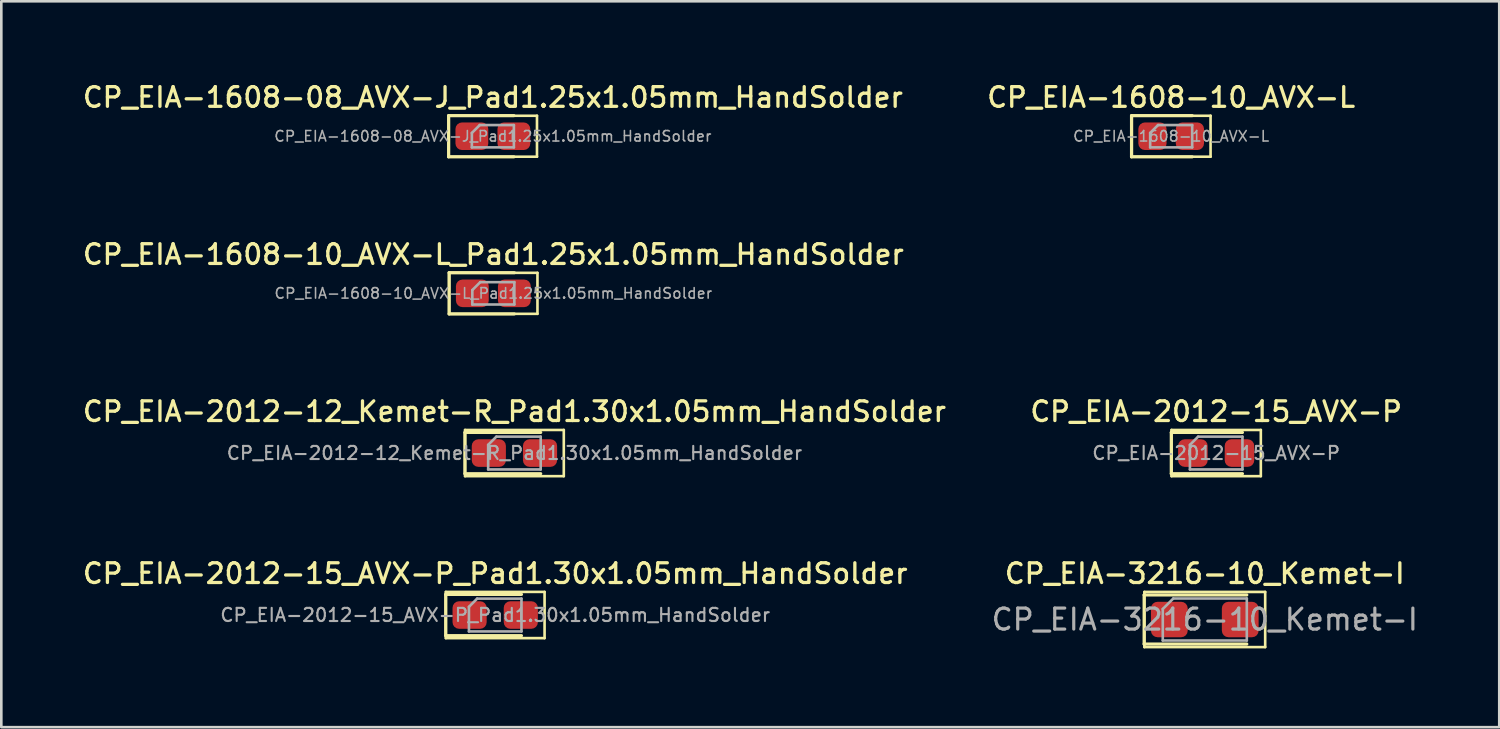
<source format=kicad_pcb>
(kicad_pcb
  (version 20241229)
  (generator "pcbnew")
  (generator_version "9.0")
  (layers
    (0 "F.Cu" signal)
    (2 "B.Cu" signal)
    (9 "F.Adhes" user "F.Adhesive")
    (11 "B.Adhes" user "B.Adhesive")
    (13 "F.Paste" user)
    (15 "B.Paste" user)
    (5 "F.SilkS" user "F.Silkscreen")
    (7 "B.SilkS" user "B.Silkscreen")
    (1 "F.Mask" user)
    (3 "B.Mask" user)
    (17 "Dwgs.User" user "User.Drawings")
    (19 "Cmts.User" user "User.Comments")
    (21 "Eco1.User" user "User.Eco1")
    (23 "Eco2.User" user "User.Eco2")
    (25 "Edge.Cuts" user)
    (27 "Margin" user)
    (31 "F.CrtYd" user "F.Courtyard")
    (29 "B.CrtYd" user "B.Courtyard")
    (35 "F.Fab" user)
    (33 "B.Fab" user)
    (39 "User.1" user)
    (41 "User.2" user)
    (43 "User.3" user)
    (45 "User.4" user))
  (footprint "CP_EIA-1608-10_AVX-L_Pad1.25x1.05mm_HandSolder"
    (layer "F.Cu")
    (at 15.738 8.121)
    (property "Reference" "CP_EIA-1608-10_AVX-L_Pad1.25x1.05mm_HandSolder" (at 0 -1.48 0) (layer "F.SilkS") (effects (font (size 0.75 0.75) (thickness 0.125))))
    (attr smd)
    (fp_line (start -1.685 -0.785) (end -1.685 0.785) (stroke (width 0.12) (type solid)) (layer "F.SilkS"))
    (fp_line (start -1.685 0.785) (end 0.8 0.785) (stroke (width 0.12) (type solid)) (layer "F.SilkS"))
    (fp_line (start -1.68 -0.78) (end 1.68 -0.78) (stroke (width 0.1) (type solid)) (layer "F.SilkS"))
    (fp_line (start -1.68 0.78) (end -1.68 -0.78) (stroke (width 0.1) (type solid)) (layer "F.SilkS"))
    (fp_line (start 0.8 -0.785) (end -1.685 -0.785) (stroke (width 0.12) (type solid)) (layer "F.SilkS"))
    (fp_line (start 1.68 -0.78) (end 1.68 0.78) (stroke (width 0.1) (type solid)) (layer "F.SilkS"))
    (fp_line (start 1.68 0.78) (end -1.68 0.78) (stroke (width 0.1) (type solid)) (layer "F.SilkS"))
    (fp_line (start -0.8 -0.125) (end -0.8 0.425) (stroke (width 0.1) (type solid)) (layer "F.Fab"))
    (fp_line (start -0.8 0.425) (end 0.8 0.425) (stroke (width 0.1) (type solid)) (layer "F.Fab"))
    (fp_line (start -0.5 -0.425) (end -0.8 -0.125) (stroke (width 0.1) (type solid)) (layer "F.Fab"))
    (fp_line (start 0.8 -0.425) (end -0.5 -0.425) (stroke (width 0.1) (type solid)) (layer "F.Fab"))
    (fp_line (start 0.8 0.425) (end 0.8 -0.425) (stroke (width 0.1) (type solid)) (layer "F.Fab"))
    (fp_text user "${REFERENCE}" (at 0 0 0) (layer "F.Fab") (effects (font (size 0.4 0.4) (thickness 0.06))))
    (pad "1" smd roundrect (at -0.8 0) (size 1.25 1.05) (layers "F.Cu" "F.Mask" "F.Paste") (roundrect_rratio 0.238))
    (pad "2" smd roundrect (at 0.8 0) (size 1.25 1.05) (layers "F.Cu" "F.Mask" "F.Paste") (roundrect_rratio 0.238)))
  (footprint "CP_EIA-1608-10_AVX-L"
    (layer "F.Cu")
    (at 41.552 2.138)
    (property "Reference" "CP_EIA-1608-10_AVX-L" (at 0 -1.48 0) (layer "F.SilkS") (effects (font (size 0.75 0.75) (thickness 0.125))))
    (attr smd)
    (fp_line (start -1.51 -0.785) (end -1.51 0.785) (stroke (width 0.12) (type solid)) (layer "F.SilkS"))
    (fp_line (start -1.51 0.785) (end 0.8 0.785) (stroke (width 0.12) (type solid)) (layer "F.SilkS"))
    (fp_line (start -1.5 -0.78) (end 1.5 -0.78) (stroke (width 0.1) (type solid)) (layer "F.SilkS"))
    (fp_line (start -1.5 0.78) (end -1.5 -0.78) (stroke (width 0.1) (type solid)) (layer "F.SilkS"))
    (fp_line (start 0.8 -0.785) (end -1.51 -0.785) (stroke (width 0.12) (type solid)) (layer "F.SilkS"))
    (fp_line (start 1.5 -0.78) (end 1.5 0.78) (stroke (width 0.1) (type solid)) (layer "F.SilkS"))
    (fp_line (start 1.5 0.78) (end -1.5 0.78) (stroke (width 0.1) (type solid)) (layer "F.SilkS"))
    (fp_line (start -0.8 -0.125) (end -0.8 0.425) (stroke (width 0.1) (type solid)) (layer "F.Fab"))
    (fp_line (start -0.8 0.425) (end 0.8 0.425) (stroke (width 0.1) (type solid)) (layer "F.Fab"))
    (fp_line (start -0.5 -0.425) (end -0.8 -0.125) (stroke (width 0.1) (type solid)) (layer "F.Fab"))
    (fp_line (start 0.8 -0.425) (end -0.5 -0.425) (stroke (width 0.1) (type solid)) (layer "F.Fab"))
    (fp_line (start 0.8 0.425) (end 0.8 -0.425) (stroke (width 0.1) (type solid)) (layer "F.Fab"))
    (fp_text user "${REFERENCE}" (at 0 0 0) (layer "F.Fab") (effects (font (size 0.4 0.4) (thickness 0.06))))
    (pad "1" smd roundrect (at -0.713 0) (size 1.075 1.05) (layers "F.Cu" "F.Mask" "F.Paste") (roundrect_rratio 0.238))
    (pad "2" smd roundrect (at 0.713 0) (size 1.075 1.05) (layers "F.Cu" "F.Mask" "F.Paste") (roundrect_rratio 0.238)))
  (footprint "CP_EIA-2012-15_AVX-P_Pad1.30x1.05mm_HandSolder"
    (layer "F.Cu")
    (at 15.809 20.372)
    (property "Reference" "CP_EIA-2012-15_AVX-P_Pad1.30x1.05mm_HandSolder" (at 0 -1.58 0) (layer "F.SilkS") (effects (font (size 0.75 0.75) (thickness 0.125))))
    (attr smd)
    (fp_line (start -1.885 -0.785) (end -1.885 0.785) (stroke (width 0.12) (type solid)) (layer "F.SilkS"))
    (fp_line (start -1.885 0.785) (end 1 0.785) (stroke (width 0.12) (type solid)) (layer "F.SilkS"))
    (fp_line (start -1.88 -0.88) (end 1.88 -0.88) (stroke (width 0.1) (type solid)) (layer "F.SilkS"))
    (fp_line (start -1.88 0.88) (end -1.88 -0.88) (stroke (width 0.1) (type solid)) (layer "F.SilkS"))
    (fp_line (start 1 -0.785) (end -1.885 -0.785) (stroke (width 0.12) (type solid)) (layer "F.SilkS"))
    (fp_line (start 1.88 -0.88) (end 1.88 0.88) (stroke (width 0.1) (type solid)) (layer "F.SilkS"))
    (fp_line (start 1.88 0.88) (end -1.88 0.88) (stroke (width 0.1) (type solid)) (layer "F.SilkS"))
    (fp_line (start -1 -0.312) (end -1 0.625) (stroke (width 0.1) (type solid)) (layer "F.Fab"))
    (fp_line (start -1 0.625) (end 1 0.625) (stroke (width 0.1) (type solid)) (layer "F.Fab"))
    (fp_line (start -0.688 -0.625) (end -1 -0.312) (stroke (width 0.1) (type solid)) (layer "F.Fab"))
    (fp_line (start 1 -0.625) (end -0.688 -0.625) (stroke (width 0.1) (type solid)) (layer "F.Fab"))
    (fp_line (start 1 0.625) (end 1 -0.625) (stroke (width 0.1) (type solid)) (layer "F.Fab"))
    (fp_text user "${REFERENCE}" (at 0 0 0) (layer "F.Fab") (effects (font (size 0.5 0.5) (thickness 0.08))))
    (pad "1" smd roundrect (at -0.975 0) (size 1.3 1.05) (layers "F.Cu" "F.Mask" "F.Paste") (roundrect_rratio 0.238))
    (pad "2" smd roundrect (at 0.975 0) (size 1.3 1.05) (layers "F.Cu" "F.Mask" "F.Paste") (roundrect_rratio 0.238)))
  (footprint "CP_EIA-2012-12_Kemet-R_Pad1.30x1.05mm_HandSolder"
    (layer "F.Cu")
    (at 16.541 14.204)
    (property "Reference" "CP_EIA-2012-12_Kemet-R_Pad1.30x1.05mm_HandSolder" (at 0 -1.58 0) (layer "F.SilkS") (effects (font (size 0.75 0.75) (thickness 0.125))))
    (attr smd)
    (fp_line (start -1.885 -0.785) (end -1.885 0.785) (stroke (width 0.12) (type solid)) (layer "F.SilkS"))
    (fp_line (start -1.885 0.785) (end 1 0.785) (stroke (width 0.12) (type solid)) (layer "F.SilkS"))
    (fp_line (start -1.88 -0.88) (end 1.88 -0.88) (stroke (width 0.1) (type solid)) (layer "F.SilkS"))
    (fp_line (start -1.88 0.88) (end -1.88 -0.88) (stroke (width 0.1) (type solid)) (layer "F.SilkS"))
    (fp_line (start 1 -0.785) (end -1.885 -0.785) (stroke (width 0.12) (type solid)) (layer "F.SilkS"))
    (fp_line (start 1.88 -0.88) (end 1.88 0.88) (stroke (width 0.1) (type solid)) (layer "F.SilkS"))
    (fp_line (start 1.88 0.88) (end -1.88 0.88) (stroke (width 0.1) (type solid)) (layer "F.SilkS"))
    (fp_line (start -1 -0.312) (end -1 0.625) (stroke (width 0.1) (type solid)) (layer "F.Fab"))
    (fp_line (start -1 0.625) (end 1 0.625) (stroke (width 0.1) (type solid)) (layer "F.Fab"))
    (fp_line (start -0.688 -0.625) (end -1 -0.312) (stroke (width 0.1) (type solid)) (layer "F.Fab"))
    (fp_line (start 1 -0.625) (end -0.688 -0.625) (stroke (width 0.1) (type solid)) (layer "F.Fab"))
    (fp_line (start 1 0.625) (end 1 -0.625) (stroke (width 0.1) (type solid)) (layer "F.Fab"))
    (fp_text user "${REFERENCE}" (at 0 0 0) (layer "F.Fab") (effects (font (size 0.5 0.5) (thickness 0.08))))
    (pad "1" smd roundrect (at -0.975 0) (size 1.3 1.05) (layers "F.Cu" "F.Mask" "F.Paste") (roundrect_rratio 0.238))
    (pad "2" smd roundrect (at 0.975 0) (size 1.3 1.05) (layers "F.Cu" "F.Mask" "F.Paste") (roundrect_rratio 0.238)))
  (footprint "CP_EIA-3216-10_Kemet-I"
    (layer "F.Cu")
    (at 42.832 20.543)
    (property "Reference" "CP_EIA-3216-10_Kemet-I" (at 0 -1.75 0) (layer "F.SilkS") (effects (font (size 0.75 0.75) (thickness 0.125))))
    (attr smd)
    (fp_line (start -2.31 -0.935) (end -2.31 0.935) (stroke (width 0.12) (type solid)) (layer "F.SilkS"))
    (fp_line (start -2.31 0.935) (end 1.6 0.935) (stroke (width 0.12) (type solid)) (layer "F.SilkS"))
    (fp_line (start -2.3 -1.05) (end 2.3 -1.05) (stroke (width 0.1) (type solid)) (layer "F.SilkS"))
    (fp_line (start -2.3 1.05) (end -2.3 -1.05) (stroke (width 0.1) (type solid)) (layer "F.SilkS"))
    (fp_line (start 1.6 -0.935) (end -2.31 -0.935) (stroke (width 0.12) (type solid)) (layer "F.SilkS"))
    (fp_line (start 2.3 -1.05) (end 2.3 1.05) (stroke (width 0.1) (type solid)) (layer "F.SilkS"))
    (fp_line (start 2.3 1.05) (end -2.3 1.05) (stroke (width 0.1) (type solid)) (layer "F.SilkS"))
    (fp_line (start -1.6 -0.4) (end -1.6 0.8) (stroke (width 0.1) (type solid)) (layer "F.Fab"))
    (fp_line (start -1.6 0.8) (end 1.6 0.8) (stroke (width 0.1) (type solid)) (layer "F.Fab"))
    (fp_line (start -1.2 -0.8) (end -1.6 -0.4) (stroke (width 0.1) (type solid)) (layer "F.Fab"))
    (fp_line (start 1.6 -0.8) (end -1.2 -0.8) (stroke (width 0.1) (type solid)) (layer "F.Fab"))
    (fp_line (start 1.6 0.8) (end 1.6 -0.8) (stroke (width 0.1) (type solid)) (layer "F.Fab"))
    (fp_text user "${REFERENCE}" (at 0 0 0) (layer "F.Fab") (effects (font (size 0.8 0.8) (thickness 0.12))))
    (pad "1" smd roundrect (at -1.35 0) (size 1.4 1.35) (layers "F.Cu" "F.Mask" "F.Paste") (roundrect_rratio 0.185))
    (pad "2" smd roundrect (at 1.35 0) (size 1.4 1.35) (layers "F.Cu" "F.Mask" "F.Paste") (roundrect_rratio 0.185)))
  (footprint "CP_EIA-2012-15_AVX-P"
    (layer "F.Cu")
    (at 43.266 14.204)
    (property "Reference" "CP_EIA-2012-15_AVX-P" (at 0 -1.58 0) (layer "F.SilkS") (effects (font (size 0.75 0.75) (thickness 0.125))))
    (attr smd)
    (fp_line (start -1.71 -0.785) (end -1.71 0.785) (stroke (width 0.12) (type solid)) (layer "F.SilkS"))
    (fp_line (start -1.71 0.785) (end 1 0.785) (stroke (width 0.12) (type solid)) (layer "F.SilkS"))
    (fp_line (start -1.7 -0.88) (end 1.7 -0.88) (stroke (width 0.1) (type solid)) (layer "F.SilkS"))
    (fp_line (start -1.7 0.88) (end -1.7 -0.88) (stroke (width 0.1) (type solid)) (layer "F.SilkS"))
    (fp_line (start 1 -0.785) (end -1.71 -0.785) (stroke (width 0.12) (type solid)) (layer "F.SilkS"))
    (fp_line (start 1.7 -0.88) (end 1.7 0.88) (stroke (width 0.1) (type solid)) (layer "F.SilkS"))
    (fp_line (start 1.7 0.88) (end -1.7 0.88) (stroke (width 0.1) (type solid)) (layer "F.SilkS"))
    (fp_line (start -1 -0.312) (end -1 0.625) (stroke (width 0.1) (type solid)) (layer "F.Fab"))
    (fp_line (start -1 0.625) (end 1 0.625) (stroke (width 0.1) (type solid)) (layer "F.Fab"))
    (fp_line (start -0.688 -0.625) (end -1 -0.312) (stroke (width 0.1) (type solid)) (layer "F.Fab"))
    (fp_line (start 1 -0.625) (end -0.688 -0.625) (stroke (width 0.1) (type solid)) (layer "F.Fab"))
    (fp_line (start 1 0.625) (end 1 -0.625) (stroke (width 0.1) (type solid)) (layer "F.Fab"))
    (fp_text user "${REFERENCE}" (at 0 0 0) (layer "F.Fab") (effects (font (size 0.5 0.5) (thickness 0.08))))
    (pad "1" smd roundrect (at -0.887 0) (size 1.125 1.05) (layers "F.Cu" "F.Mask" "F.Paste") (roundrect_rratio 0.238))
    (pad "2" smd roundrect (at 0.887 0) (size 1.125 1.05) (layers "F.Cu" "F.Mask" "F.Paste") (roundrect_rratio 0.238)))
  (footprint "CP_EIA-1608-08_AVX-J_Pad1.25x1.05mm_HandSolder"
    (layer "F.Cu")
    (at 15.72 2.138)
    (property "Reference" "CP_EIA-1608-08_AVX-J_Pad1.25x1.05mm_HandSolder" (at 0 -1.48 0) (layer "F.SilkS") (effects (font (size 0.75 0.75) (thickness 0.125))))
    (attr smd)
    (fp_line (start -1.685 -0.785) (end -1.685 0.785) (stroke (width 0.12) (type solid)) (layer "F.SilkS"))
    (fp_line (start -1.685 0.785) (end 0.8 0.785) (stroke (width 0.12) (type solid)) (layer "F.SilkS"))
    (fp_line (start -1.68 -0.78) (end 1.68 -0.78) (stroke (width 0.1) (type solid)) (layer "F.SilkS"))
    (fp_line (start -1.68 0.78) (end -1.68 -0.78) (stroke (width 0.1) (type solid)) (layer "F.SilkS"))
    (fp_line (start 0.8 -0.785) (end -1.685 -0.785) (stroke (width 0.12) (type solid)) (layer "F.SilkS"))
    (fp_line (start 1.68 -0.78) (end 1.68 0.78) (stroke (width 0.1) (type solid)) (layer "F.SilkS"))
    (fp_line (start 1.68 0.78) (end -1.68 0.78) (stroke (width 0.1) (type solid)) (layer "F.SilkS"))
    (fp_line (start -0.8 -0.125) (end -0.8 0.425) (stroke (width 0.1) (type solid)) (layer "F.Fab"))
    (fp_line (start -0.8 0.425) (end 0.8 0.425) (stroke (width 0.1) (type solid)) (layer "F.Fab"))
    (fp_line (start -0.5 -0.425) (end -0.8 -0.125) (stroke (width 0.1) (type solid)) (layer "F.Fab"))
    (fp_line (start 0.8 -0.425) (end -0.5 -0.425) (stroke (width 0.1) (type solid)) (layer "F.Fab"))
    (fp_line (start 0.8 0.425) (end 0.8 -0.425) (stroke (width 0.1) (type solid)) (layer "F.Fab"))
    (fp_text user "${REFERENCE}" (at 0 0 0) (layer "F.Fab") (effects (font (size 0.4 0.4) (thickness 0.06))))
    (pad "1" smd roundrect (at -0.8 0) (size 1.25 1.05) (layers "F.Cu" "F.Mask" "F.Paste") (roundrect_rratio 0.238))
    (pad "2" smd roundrect (at 0.8 0) (size 1.25 1.05) (layers "F.Cu" "F.Mask" "F.Paste") (roundrect_rratio 0.238)))
  (gr_rect
    (start -3 -3)
    (end 54.046 24.642)
    (stroke (width 0.1) (type default))
    (fill no)
    (layer "Edge.Cuts")))
</source>
